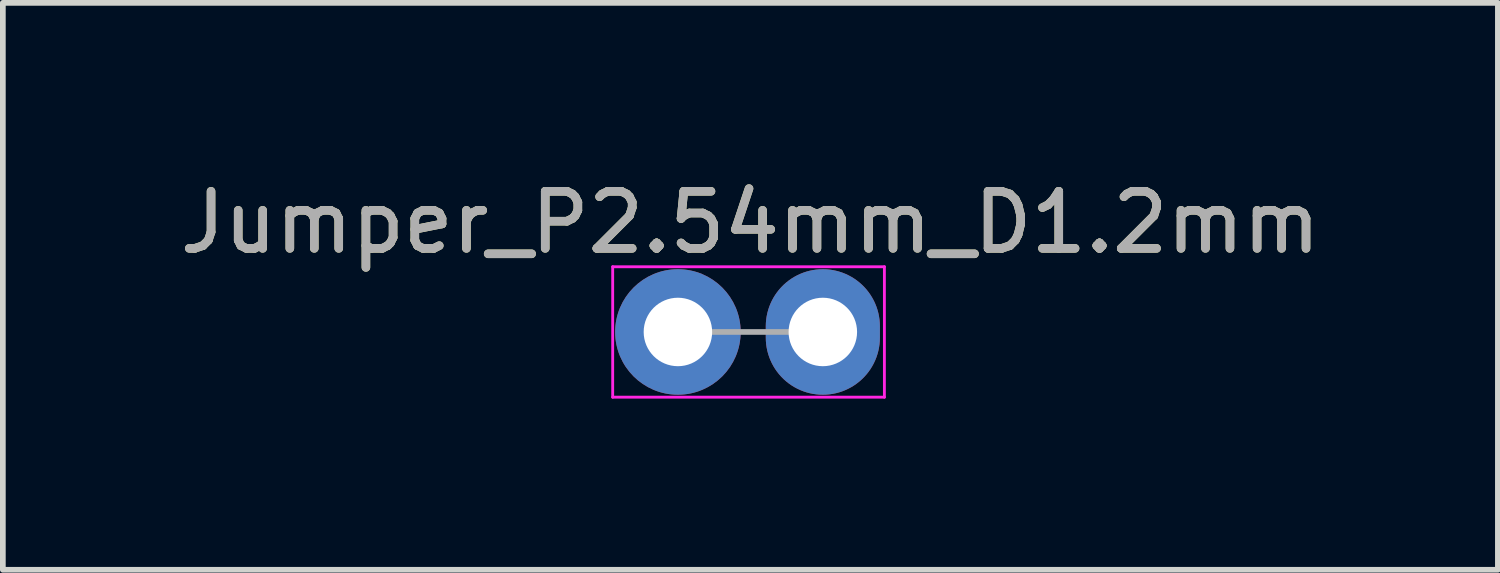
<source format=kicad_pcb>
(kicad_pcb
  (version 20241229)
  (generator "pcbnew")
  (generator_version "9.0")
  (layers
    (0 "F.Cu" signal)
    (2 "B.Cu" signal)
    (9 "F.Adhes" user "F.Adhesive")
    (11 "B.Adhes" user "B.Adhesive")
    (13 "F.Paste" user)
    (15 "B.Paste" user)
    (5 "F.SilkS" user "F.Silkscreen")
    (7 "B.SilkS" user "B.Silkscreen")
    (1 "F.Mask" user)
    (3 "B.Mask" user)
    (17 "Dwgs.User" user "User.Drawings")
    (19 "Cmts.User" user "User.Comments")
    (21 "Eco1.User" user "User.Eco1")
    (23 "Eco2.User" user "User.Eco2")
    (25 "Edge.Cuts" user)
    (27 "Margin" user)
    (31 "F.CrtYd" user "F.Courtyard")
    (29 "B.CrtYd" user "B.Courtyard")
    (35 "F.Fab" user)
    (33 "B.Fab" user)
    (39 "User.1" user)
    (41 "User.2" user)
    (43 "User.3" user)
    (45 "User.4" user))
  (footprint "Jumper_P2.54mm_D1.2mm"
    (layer "F.Cu")
    (at 8.831 2.768)
    (property "Reference" "Jumper_P2.54mm_D1.2mm" (at 1.27 -1.92 0) (layer "F.SilkS") (effects (font (size 1 1) (thickness 0.15))))
    (attr through_hole)
    (fp_line (start -1.143 -1.143) (end -1.143 1.143) (stroke (width 0.05) (type solid)) (layer "F.CrtYd"))
    (fp_line (start -1.143 1.143) (end 3.619 1.143) (stroke (width 0.05) (type solid)) (layer "F.CrtYd"))
    (fp_line (start 3.619 -1.143) (end -1.143 -1.143) (stroke (width 0.05) (type solid)) (layer "F.CrtYd"))
    (fp_line (start 3.619 1.143) (end 3.619 -1.143) (stroke (width 0.05) (type solid)) (layer "F.CrtYd"))
    (fp_line (start 0 0) (end 2.54 0) (stroke (width 0.1) (type solid)) (layer "F.Fab"))
    (fp_text user "${REFERENCE}" (at 1.27 -1.92 0) (layer "F.Fab") (effects (font (size 1 1) (thickness 0.15))))
    (pad "1" thru_hole circle (at 0 0) (size 2.2 2.2) (drill 1.2) (layers "*.Cu" "*.Mask"))
    (pad "2" thru_hole oval (at 2.54 0) (size 2 2.2) (drill 1.2) (layers "*.Cu" "*.Mask")))
  (gr_rect
    (start -3 -3)
    (end 23.202 6.936)
    (stroke (width 0.1) (type default))
    (fill no)
    (layer "Edge.Cuts")))
</source>
